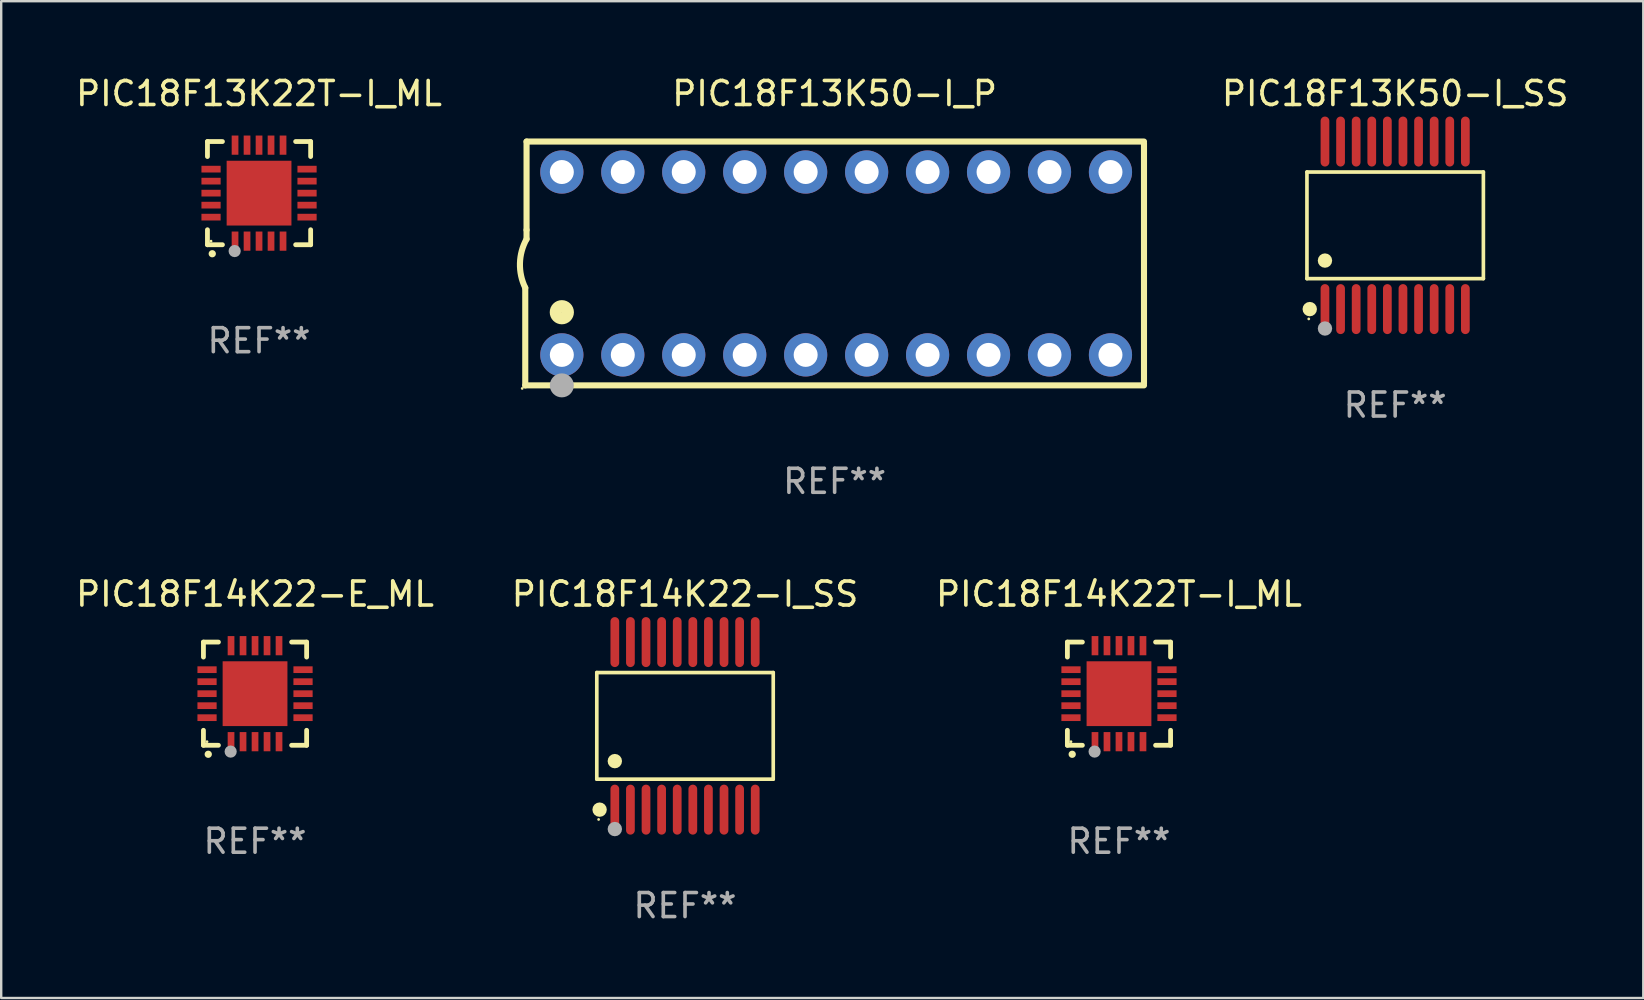
<source format=kicad_pcb>
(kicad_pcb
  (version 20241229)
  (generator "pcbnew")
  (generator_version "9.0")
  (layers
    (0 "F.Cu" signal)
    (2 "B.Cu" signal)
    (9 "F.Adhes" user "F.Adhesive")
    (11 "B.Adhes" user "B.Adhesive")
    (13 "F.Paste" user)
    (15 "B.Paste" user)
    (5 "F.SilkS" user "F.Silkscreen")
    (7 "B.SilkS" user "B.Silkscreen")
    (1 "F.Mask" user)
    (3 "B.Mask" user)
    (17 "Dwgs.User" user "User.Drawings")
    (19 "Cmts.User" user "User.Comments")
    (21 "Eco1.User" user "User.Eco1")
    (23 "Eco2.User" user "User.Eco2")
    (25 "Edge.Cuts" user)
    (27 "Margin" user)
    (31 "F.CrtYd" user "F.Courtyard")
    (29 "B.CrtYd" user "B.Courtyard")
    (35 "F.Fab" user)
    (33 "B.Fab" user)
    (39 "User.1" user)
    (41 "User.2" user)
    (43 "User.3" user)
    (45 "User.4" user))
  (footprint "PIC18F14K22-I_SS"
    (layer "F.Cu")
    (at 25.494 27.196)
    (property "Reference" "PIC18F14K22-I_SS" (at 0 -5.491 0) (layer "F.SilkS") (effects (font (size 1 1) (thickness 0.15))))
    (attr through_hole)
    (fp_line (start -3.676 -2.221) (end 3.676 -2.221) (stroke (width 0.152) (type solid)) (layer "F.SilkS"))
    (fp_line (start -3.676 2.221) (end -3.676 -2.221) (stroke (width 0.152) (type solid)) (layer "F.SilkS"))
    (fp_line (start 3.676 -2.221) (end 3.676 2.221) (stroke (width 0.152) (type solid)) (layer "F.SilkS"))
    (fp_line (start 3.676 2.221) (end -3.676 2.221) (stroke (width 0.152) (type solid)) (layer "F.SilkS"))
    (fp_circle (center -3.6 3.9) (end -3.57 3.9) (stroke (width 0.06) (type solid)) (fill no) (layer "F.SilkS"))
    (fp_circle (center -3.559 3.491) (end -3.409 3.491) (stroke (width 0.3) (type solid)) (fill no) (layer "F.SilkS"))
    (fp_circle (center -2.925 1.469) (end -2.775 1.469) (stroke (width 0.3) (type solid)) (fill no) (layer "F.SilkS"))
    (fp_circle (center -2.925 4.3) (end -2.775 4.3) (stroke (width 0.3) (type solid)) (fill no) (layer "F.Fab"))
    (fp_text user "REF**" (at 0 7.491 0) (layer "F.Fab") (effects (font (size 1 1) (thickness 0.15))))
    (pad "1" smd oval (at -2.925 3.491) (size 0.364 2.082) (layers "F.Cu" "F.Mask" "F.Paste"))
    (pad "2" smd oval (at -2.275 3.491) (size 0.364 2.082) (layers "F.Cu" "F.Mask" "F.Paste"))
    (pad "3" smd oval (at -1.625 3.491) (size 0.364 2.082) (layers "F.Cu" "F.Mask" "F.Paste"))
    (pad "4" smd oval (at -0.975 3.491) (size 0.364 2.082) (layers "F.Cu" "F.Mask" "F.Paste"))
    (pad "5" smd oval (at -0.325 3.491) (size 0.364 2.082) (layers "F.Cu" "F.Mask" "F.Paste"))
    (pad "6" smd oval (at 0.325 3.491) (size 0.364 2.082) (layers "F.Cu" "F.Mask" "F.Paste"))
    (pad "7" smd oval (at 0.975 3.491) (size 0.364 2.082) (layers "F.Cu" "F.Mask" "F.Paste"))
    (pad "8" smd oval (at 1.625 3.491) (size 0.364 2.082) (layers "F.Cu" "F.Mask" "F.Paste"))
    (pad "9" smd oval (at 2.275 3.491) (size 0.364 2.082) (layers "F.Cu" "F.Mask" "F.Paste"))
    (pad "10" smd oval (at 2.925 3.491) (size 0.364 2.082) (layers "F.Cu" "F.Mask" "F.Paste"))
    (pad "11" smd oval (at 2.925 -3.491) (size 0.364 2.082) (layers "F.Cu" "F.Mask" "F.Paste"))
    (pad "12" smd oval (at 2.275 -3.491) (size 0.364 2.082) (layers "F.Cu" "F.Mask" "F.Paste"))
    (pad "13" smd oval (at 1.625 -3.491) (size 0.364 2.082) (layers "F.Cu" "F.Mask" "F.Paste"))
    (pad "14" smd oval (at 0.975 -3.491) (size 0.364 2.082) (layers "F.Cu" "F.Mask" "F.Paste"))
    (pad "15" smd oval (at 0.325 -3.491) (size 0.364 2.082) (layers "F.Cu" "F.Mask" "F.Paste"))
    (pad "16" smd oval (at -0.325 -3.491) (size 0.364 2.082) (layers "F.Cu" "F.Mask" "F.Paste"))
    (pad "17" smd oval (at -0.975 -3.491) (size 0.364 2.082) (layers "F.Cu" "F.Mask" "F.Paste"))
    (pad "18" smd oval (at -1.625 -3.491) (size 0.364 2.082) (layers "F.Cu" "F.Mask" "F.Paste"))
    (pad "19" smd oval (at -2.275 -3.491) (size 0.364 2.082) (layers "F.Cu" "F.Mask" "F.Paste"))
    (pad "20" smd oval (at -2.925 -3.491) (size 0.364 2.082) (layers "F.Cu" "F.Mask" "F.Paste")))
  (footprint "PIC18F13K22T-I_ML"
    (layer "F.Cu")
    (at 7.744 4.998)
    (property "Reference" "PIC18F13K22T-I_ML" (at 0 -4.15 0) (layer "F.SilkS") (effects (font (size 1 1) (thickness 0.15))))
    (attr through_hole)
    (fp_line (start -2.15 -2.15) (end -2.15 -1.525) (stroke (width 0.2) (type solid)) (layer "F.SilkS"))
    (fp_line (start -2.15 2.15) (end -2.15 1.525) (stroke (width 0.2) (type solid)) (layer "F.SilkS"))
    (fp_line (start -1.525 -2.15) (end -2.15 -2.15) (stroke (width 0.2) (type solid)) (layer "F.SilkS"))
    (fp_line (start -1.525 2.15) (end -2.15 2.15) (stroke (width 0.2) (type solid)) (layer "F.SilkS"))
    (fp_line (start 1.525 2.15) (end 2.15 2.15) (stroke (width 0.2) (type solid)) (layer "F.SilkS"))
    (fp_line (start 2.15 -2.15) (end 1.525 -2.15) (stroke (width 0.2) (type solid)) (layer "F.SilkS"))
    (fp_line (start 2.15 -1.525) (end 2.15 -2.15) (stroke (width 0.2) (type solid)) (layer "F.SilkS"))
    (fp_line (start 2.15 2.15) (end 2.15 1.525) (stroke (width 0.2) (type solid)) (layer "F.SilkS"))
    (fp_arc (start -1.950724 2.524765) (mid -1.949454 2.52476) (end -1.948184 2.524765) (stroke (width 0.3) (type solid)) (layer "F.SilkS"))
    (fp_circle (center -2 2) (end -1.97 2) (stroke (width 0.06) (type solid)) (fill no) (layer "F.SilkS"))
    (fp_circle (center -1.016 2.413) (end -0.889 2.413) (stroke (width 0.254) (type solid)) (fill no) (layer "F.Fab"))
    (fp_text user "REF**" (at 0 6.15 0) (layer "F.Fab") (effects (font (size 1 1) (thickness 0.15))))
    (pad "1" smd rect (at -1 2) (size 0.28 0.8) (layers "F.Cu" "F.Mask" "F.Paste"))
    (pad "2" smd rect (at -0.5 2) (size 0.28 0.8) (layers "F.Cu" "F.Mask" "F.Paste"))
    (pad "3" smd rect (at 0 2) (size 0.28 0.8) (layers "F.Cu" "F.Mask" "F.Paste"))
    (pad "4" smd rect (at 0.5 2) (size 0.28 0.8) (layers "F.Cu" "F.Mask" "F.Paste"))
    (pad "5" smd rect (at 1 2) (size 0.28 0.8) (layers "F.Cu" "F.Mask" "F.Paste"))
    (pad "6" smd rect (at 2 1) (size 0.8 0.28) (layers "F.Cu" "F.Mask" "F.Paste"))
    (pad "7" smd rect (at 2 0.5) (size 0.8 0.28) (layers "F.Cu" "F.Mask" "F.Paste"))
    (pad "8" smd rect (at 2 0) (size 0.8 0.28) (layers "F.Cu" "F.Mask" "F.Paste"))
    (pad "9" smd rect (at 2 -0.5) (size 0.8 0.28) (layers "F.Cu" "F.Mask" "F.Paste"))
    (pad "10" smd rect (at 2 -1) (size 0.8 0.28) (layers "F.Cu" "F.Mask" "F.Paste"))
    (pad "11" smd rect (at 1 -2) (size 0.28 0.8) (layers "F.Cu" "F.Mask" "F.Paste"))
    (pad "12" smd rect (at 0.5 -2) (size 0.28 0.8) (layers "F.Cu" "F.Mask" "F.Paste"))
    (pad "13" smd rect (at 0 -2) (size 0.28 0.8) (layers "F.Cu" "F.Mask" "F.Paste"))
    (pad "14" smd rect (at -0.5 -2) (size 0.28 0.8) (layers "F.Cu" "F.Mask" "F.Paste"))
    (pad "15" smd rect (at -1 -2) (size 0.28 0.8) (layers "F.Cu" "F.Mask" "F.Paste"))
    (pad "16" smd rect (at -2 -1) (size 0.8 0.28) (layers "F.Cu" "F.Mask" "F.Paste"))
    (pad "17" smd rect (at -2 -0.5) (size 0.8 0.28) (layers "F.Cu" "F.Mask" "F.Paste"))
    (pad "18" smd rect (at -2 0) (size 0.8 0.28) (layers "F.Cu" "F.Mask" "F.Paste"))
    (pad "19" smd rect (at -2 0.5) (size 0.8 0.28) (layers "F.Cu" "F.Mask" "F.Paste"))
    (pad "20" smd rect (at -2 1) (size 0.8 0.28) (layers "F.Cu" "F.Mask" "F.Paste"))
    (pad "21" smd rect (at 0 0) (size 2.7 2.7) (layers "F.Cu" "F.Mask" "F.Paste")))
  (footprint "PIC18F13K50-I_SS"
    (layer "F.Cu")
    (at 55.085 6.339)
    (property "Reference" "PIC18F13K50-I_SS" (at 0 -5.491 0) (layer "F.SilkS") (effects (font (size 1 1) (thickness 0.15))))
    (attr through_hole)
    (fp_line (start -3.676 -2.221) (end 3.676 -2.221) (stroke (width 0.152) (type solid)) (layer "F.SilkS"))
    (fp_line (start -3.676 2.221) (end -3.676 -2.221) (stroke (width 0.152) (type solid)) (layer "F.SilkS"))
    (fp_line (start 3.676 -2.221) (end 3.676 2.221) (stroke (width 0.152) (type solid)) (layer "F.SilkS"))
    (fp_line (start 3.676 2.221) (end -3.676 2.221) (stroke (width 0.152) (type solid)) (layer "F.SilkS"))
    (fp_circle (center -3.6 3.9) (end -3.57 3.9) (stroke (width 0.06) (type solid)) (fill no) (layer "F.SilkS"))
    (fp_circle (center -3.559 3.491) (end -3.409 3.491) (stroke (width 0.3) (type solid)) (fill no) (layer "F.SilkS"))
    (fp_circle (center -2.925 1.469) (end -2.775 1.469) (stroke (width 0.3) (type solid)) (fill no) (layer "F.SilkS"))
    (fp_circle (center -2.925 4.3) (end -2.775 4.3) (stroke (width 0.3) (type solid)) (fill no) (layer "F.Fab"))
    (fp_text user "REF**" (at 0 7.491 0) (layer "F.Fab") (effects (font (size 1 1) (thickness 0.15))))
    (pad "1" smd oval (at -2.925 3.491) (size 0.364 2.082) (layers "F.Cu" "F.Mask" "F.Paste"))
    (pad "2" smd oval (at -2.275 3.491) (size 0.364 2.082) (layers "F.Cu" "F.Mask" "F.Paste"))
    (pad "3" smd oval (at -1.625 3.491) (size 0.364 2.082) (layers "F.Cu" "F.Mask" "F.Paste"))
    (pad "4" smd oval (at -0.975 3.491) (size 0.364 2.082) (layers "F.Cu" "F.Mask" "F.Paste"))
    (pad "5" smd oval (at -0.325 3.491) (size 0.364 2.082) (layers "F.Cu" "F.Mask" "F.Paste"))
    (pad "6" smd oval (at 0.325 3.491) (size 0.364 2.082) (layers "F.Cu" "F.Mask" "F.Paste"))
    (pad "7" smd oval (at 0.975 3.491) (size 0.364 2.082) (layers "F.Cu" "F.Mask" "F.Paste"))
    (pad "8" smd oval (at 1.625 3.491) (size 0.364 2.082) (layers "F.Cu" "F.Mask" "F.Paste"))
    (pad "9" smd oval (at 2.275 3.491) (size 0.364 2.082) (layers "F.Cu" "F.Mask" "F.Paste"))
    (pad "10" smd oval (at 2.925 3.491) (size 0.364 2.082) (layers "F.Cu" "F.Mask" "F.Paste"))
    (pad "11" smd oval (at 2.925 -3.491) (size 0.364 2.082) (layers "F.Cu" "F.Mask" "F.Paste"))
    (pad "12" smd oval (at 2.275 -3.491) (size 0.364 2.082) (layers "F.Cu" "F.Mask" "F.Paste"))
    (pad "13" smd oval (at 1.625 -3.491) (size 0.364 2.082) (layers "F.Cu" "F.Mask" "F.Paste"))
    (pad "14" smd oval (at 0.975 -3.491) (size 0.364 2.082) (layers "F.Cu" "F.Mask" "F.Paste"))
    (pad "15" smd oval (at 0.325 -3.491) (size 0.364 2.082) (layers "F.Cu" "F.Mask" "F.Paste"))
    (pad "16" smd oval (at -0.325 -3.491) (size 0.364 2.082) (layers "F.Cu" "F.Mask" "F.Paste"))
    (pad "17" smd oval (at -0.975 -3.491) (size 0.364 2.082) (layers "F.Cu" "F.Mask" "F.Paste"))
    (pad "18" smd oval (at -1.625 -3.491) (size 0.364 2.082) (layers "F.Cu" "F.Mask" "F.Paste"))
    (pad "19" smd oval (at -2.275 -3.491) (size 0.364 2.082) (layers "F.Cu" "F.Mask" "F.Paste"))
    (pad "20" smd oval (at -2.925 -3.491) (size 0.364 2.082) (layers "F.Cu" "F.Mask" "F.Paste")))
  (footprint "PIC18F14K22-E_ML"
    (layer "F.Cu")
    (at 7.577 25.855)
    (property "Reference" "PIC18F14K22-E_ML" (at 0 -4.15 0) (layer "F.SilkS") (effects (font (size 1 1) (thickness 0.15))))
    (attr through_hole)
    (fp_line (start -2.15 -2.15) (end -2.15 -1.525) (stroke (width 0.2) (type solid)) (layer "F.SilkS"))
    (fp_line (start -2.15 2.15) (end -2.15 1.525) (stroke (width 0.2) (type solid)) (layer "F.SilkS"))
    (fp_line (start -1.525 -2.15) (end -2.15 -2.15) (stroke (width 0.2) (type solid)) (layer "F.SilkS"))
    (fp_line (start -1.525 2.15) (end -2.15 2.15) (stroke (width 0.2) (type solid)) (layer "F.SilkS"))
    (fp_line (start 1.525 2.15) (end 2.15 2.15) (stroke (width 0.2) (type solid)) (layer "F.SilkS"))
    (fp_line (start 2.15 -2.15) (end 1.525 -2.15) (stroke (width 0.2) (type solid)) (layer "F.SilkS"))
    (fp_line (start 2.15 -1.525) (end 2.15 -2.15) (stroke (width 0.2) (type solid)) (layer "F.SilkS"))
    (fp_line (start 2.15 2.15) (end 2.15 1.525) (stroke (width 0.2) (type solid)) (layer "F.SilkS"))
    (fp_arc (start -1.950724 2.524765) (mid -1.949454 2.52476) (end -1.948184 2.524765) (stroke (width 0.3) (type solid)) (layer "F.SilkS"))
    (fp_circle (center -2 2) (end -1.97 2) (stroke (width 0.06) (type solid)) (fill no) (layer "F.SilkS"))
    (fp_circle (center -1.016 2.413) (end -0.889 2.413) (stroke (width 0.254) (type solid)) (fill no) (layer "F.Fab"))
    (fp_text user "REF**" (at 0 6.15 0) (layer "F.Fab") (effects (font (size 1 1) (thickness 0.15))))
    (pad "1" smd rect (at -1 2) (size 0.28 0.8) (layers "F.Cu" "F.Mask" "F.Paste"))
    (pad "2" smd rect (at -0.5 2) (size 0.28 0.8) (layers "F.Cu" "F.Mask" "F.Paste"))
    (pad "3" smd rect (at 0 2) (size 0.28 0.8) (layers "F.Cu" "F.Mask" "F.Paste"))
    (pad "4" smd rect (at 0.5 2) (size 0.28 0.8) (layers "F.Cu" "F.Mask" "F.Paste"))
    (pad "5" smd rect (at 1 2) (size 0.28 0.8) (layers "F.Cu" "F.Mask" "F.Paste"))
    (pad "6" smd rect (at 2 1) (size 0.8 0.28) (layers "F.Cu" "F.Mask" "F.Paste"))
    (pad "7" smd rect (at 2 0.5) (size 0.8 0.28) (layers "F.Cu" "F.Mask" "F.Paste"))
    (pad "8" smd rect (at 2 0) (size 0.8 0.28) (layers "F.Cu" "F.Mask" "F.Paste"))
    (pad "9" smd rect (at 2 -0.5) (size 0.8 0.28) (layers "F.Cu" "F.Mask" "F.Paste"))
    (pad "10" smd rect (at 2 -1) (size 0.8 0.28) (layers "F.Cu" "F.Mask" "F.Paste"))
    (pad "11" smd rect (at 1 -2) (size 0.28 0.8) (layers "F.Cu" "F.Mask" "F.Paste"))
    (pad "12" smd rect (at 0.5 -2) (size 0.28 0.8) (layers "F.Cu" "F.Mask" "F.Paste"))
    (pad "13" smd rect (at 0 -2) (size 0.28 0.8) (layers "F.Cu" "F.Mask" "F.Paste"))
    (pad "14" smd rect (at -0.5 -2) (size 0.28 0.8) (layers "F.Cu" "F.Mask" "F.Paste"))
    (pad "15" smd rect (at -1 -2) (size 0.28 0.8) (layers "F.Cu" "F.Mask" "F.Paste"))
    (pad "16" smd rect (at -2 -1) (size 0.8 0.28) (layers "F.Cu" "F.Mask" "F.Paste"))
    (pad "17" smd rect (at -2 -0.5) (size 0.8 0.28) (layers "F.Cu" "F.Mask" "F.Paste"))
    (pad "18" smd rect (at -2 0) (size 0.8 0.28) (layers "F.Cu" "F.Mask" "F.Paste"))
    (pad "19" smd rect (at -2 0.5) (size 0.8 0.28) (layers "F.Cu" "F.Mask" "F.Paste"))
    (pad "20" smd rect (at -2 1) (size 0.8 0.28) (layers "F.Cu" "F.Mask" "F.Paste"))
    (pad "21" smd rect (at 0 0) (size 2.7 2.7) (layers "F.Cu" "F.Mask" "F.Paste")))
  (footprint "PIC18F14K22T-I_ML"
    (layer "F.Cu")
    (at 43.577 25.855)
    (property "Reference" "PIC18F14K22T-I_ML" (at 0 -4.15 0) (layer "F.SilkS") (effects (font (size 1 1) (thickness 0.15))))
    (attr through_hole)
    (fp_line (start -2.15 -2.15) (end -2.15 -1.525) (stroke (width 0.2) (type solid)) (layer "F.SilkS"))
    (fp_line (start -2.15 2.15) (end -2.15 1.525) (stroke (width 0.2) (type solid)) (layer "F.SilkS"))
    (fp_line (start -1.525 -2.15) (end -2.15 -2.15) (stroke (width 0.2) (type solid)) (layer "F.SilkS"))
    (fp_line (start -1.525 2.15) (end -2.15 2.15) (stroke (width 0.2) (type solid)) (layer "F.SilkS"))
    (fp_line (start 1.525 2.15) (end 2.15 2.15) (stroke (width 0.2) (type solid)) (layer "F.SilkS"))
    (fp_line (start 2.15 -2.15) (end 1.525 -2.15) (stroke (width 0.2) (type solid)) (layer "F.SilkS"))
    (fp_line (start 2.15 -1.525) (end 2.15 -2.15) (stroke (width 0.2) (type solid)) (layer "F.SilkS"))
    (fp_line (start 2.15 2.15) (end 2.15 1.525) (stroke (width 0.2) (type solid)) (layer "F.SilkS"))
    (fp_arc (start -1.950724 2.524765) (mid -1.949454 2.52476) (end -1.948184 2.524765) (stroke (width 0.3) (type solid)) (layer "F.SilkS"))
    (fp_circle (center -2 2) (end -1.97 2) (stroke (width 0.06) (type solid)) (fill no) (layer "F.SilkS"))
    (fp_circle (center -1.016 2.413) (end -0.889 2.413) (stroke (width 0.254) (type solid)) (fill no) (layer "F.Fab"))
    (fp_text user "REF**" (at 0 6.15 0) (layer "F.Fab") (effects (font (size 1 1) (thickness 0.15))))
    (pad "1" smd rect (at -1 2) (size 0.28 0.8) (layers "F.Cu" "F.Mask" "F.Paste"))
    (pad "2" smd rect (at -0.5 2) (size 0.28 0.8) (layers "F.Cu" "F.Mask" "F.Paste"))
    (pad "3" smd rect (at 0 2) (size 0.28 0.8) (layers "F.Cu" "F.Mask" "F.Paste"))
    (pad "4" smd rect (at 0.5 2) (size 0.28 0.8) (layers "F.Cu" "F.Mask" "F.Paste"))
    (pad "5" smd rect (at 1 2) (size 0.28 0.8) (layers "F.Cu" "F.Mask" "F.Paste"))
    (pad "6" smd rect (at 2 1) (size 0.8 0.28) (layers "F.Cu" "F.Mask" "F.Paste"))
    (pad "7" smd rect (at 2 0.5) (size 0.8 0.28) (layers "F.Cu" "F.Mask" "F.Paste"))
    (pad "8" smd rect (at 2 0) (size 0.8 0.28) (layers "F.Cu" "F.Mask" "F.Paste"))
    (pad "9" smd rect (at 2 -0.5) (size 0.8 0.28) (layers "F.Cu" "F.Mask" "F.Paste"))
    (pad "10" smd rect (at 2 -1) (size 0.8 0.28) (layers "F.Cu" "F.Mask" "F.Paste"))
    (pad "11" smd rect (at 1 -2) (size 0.28 0.8) (layers "F.Cu" "F.Mask" "F.Paste"))
    (pad "12" smd rect (at 0.5 -2) (size 0.28 0.8) (layers "F.Cu" "F.Mask" "F.Paste"))
    (pad "13" smd rect (at 0 -2) (size 0.28 0.8) (layers "F.Cu" "F.Mask" "F.Paste"))
    (pad "14" smd rect (at -0.5 -2) (size 0.28 0.8) (layers "F.Cu" "F.Mask" "F.Paste"))
    (pad "15" smd rect (at -1 -2) (size 0.28 0.8) (layers "F.Cu" "F.Mask" "F.Paste"))
    (pad "16" smd rect (at -2 -1) (size 0.8 0.28) (layers "F.Cu" "F.Mask" "F.Paste"))
    (pad "17" smd rect (at -2 -0.5) (size 0.8 0.28) (layers "F.Cu" "F.Mask" "F.Paste"))
    (pad "18" smd rect (at -2 0) (size 0.8 0.28) (layers "F.Cu" "F.Mask" "F.Paste"))
    (pad "19" smd rect (at -2 0.5) (size 0.8 0.28) (layers "F.Cu" "F.Mask" "F.Paste"))
    (pad "20" smd rect (at -2 1) (size 0.8 0.28) (layers "F.Cu" "F.Mask" "F.Paste"))
    (pad "21" smd rect (at 0 0) (size 2.7 2.7) (layers "F.Cu" "F.Mask" "F.Paste")))
  (footprint "PIC18F13K50-I_P"
    (layer "F.Cu")
    (at 31.728 7.928)
    (property "Reference" "PIC18F13K50-I_P" (at 0 -7.08 0) (layer "F.SilkS") (effects (font (size 1 1) (thickness 0.15))))
    (attr through_hole)
    (fp_line (start -12.891 5.08) (end -12.891 1.016) (stroke (width 0.254) (type solid)) (layer "F.SilkS"))
    (fp_line (start -12.891 5.08) (end 12.891 5.08) (stroke (width 0.254) (type solid)) (layer "F.SilkS"))
    (fp_line (start -12.837 -5.08) (end -12.837 -1.397) (stroke (width 0.254) (type solid)) (layer "F.SilkS"))
    (fp_line (start -12.837 -5.08) (end 12.891 -5.08) (stroke (width 0.254) (type solid)) (layer "F.SilkS"))
    (fp_line (start -12.837 -1.397) (end -12.837 -1.016) (stroke (width 0.254) (type solid)) (layer "F.SilkS"))
    (fp_line (start 12.891 -5) (end 12.891 5) (stroke (width 0.254) (type solid)) (layer "F.SilkS"))
    (fp_arc (start -12.890526 1.016002) (mid -13.111945 -0.006602) (end -12.836525 -1.016002) (stroke (width 0.254001) (type solid)) (layer "F.SilkS"))
    (fp_circle (center -13.018 5.207) (end -12.988 5.207) (stroke (width 0.06) (type solid)) (fill no) (layer "F.SilkS"))
    (fp_circle (center -11.367 2.032) (end -11.113 2.032) (stroke (width 0.5) (type solid)) (fill no) (layer "F.SilkS"))
    (fp_circle (center -11.367 5.08) (end -11.117 5.08) (stroke (width 0.5) (type solid)) (fill no) (layer "F.Fab"))
    (fp_text user "REF**" (at 0 9.08 0) (layer "F.Fab") (effects (font (size 1 1) (thickness 0.15))))
    (pad "1" thru_hole circle (at -11.367 3.81) (size 1.8 1.8) (drill 1) (layers "*.Cu" "*.Mask"))
    (pad "2" thru_hole circle (at -8.827 3.81) (size 1.8 1.8) (drill 1) (layers "*.Cu" "*.Mask"))
    (pad "3" thru_hole circle (at -6.287 3.81) (size 1.8 1.8) (drill 1) (layers "*.Cu" "*.Mask"))
    (pad "4" thru_hole circle (at -3.747 3.81) (size 1.8 1.8) (drill 1) (layers "*.Cu" "*.Mask"))
    (pad "5" thru_hole circle (at -1.207 3.81) (size 1.8 1.8) (drill 1) (layers "*.Cu" "*.Mask"))
    (pad "6" thru_hole circle (at 1.334 3.81) (size 1.8 1.8) (drill 1) (layers "*.Cu" "*.Mask"))
    (pad "7" thru_hole circle (at 3.874 3.81) (size 1.8 1.8) (drill 1) (layers "*.Cu" "*.Mask"))
    (pad "8" thru_hole circle (at 6.414 3.81) (size 1.8 1.8) (drill 1) (layers "*.Cu" "*.Mask"))
    (pad "9" thru_hole circle (at 8.954 3.81) (size 1.8 1.8) (drill 1) (layers "*.Cu" "*.Mask"))
    (pad "10" thru_hole circle (at 11.494 3.81) (size 1.8 1.8) (drill 1) (layers "*.Cu" "*.Mask"))
    (pad "11" thru_hole circle (at 11.494 -3.81) (size 1.8 1.8) (drill 1) (layers "*.Cu" "*.Mask"))
    (pad "12" thru_hole circle (at 8.954 -3.81) (size 1.8 1.8) (drill 1) (layers "*.Cu" "*.Mask"))
    (pad "13" thru_hole circle (at 6.414 -3.81) (size 1.8 1.8) (drill 1) (layers "*.Cu" "*.Mask"))
    (pad "14" thru_hole circle (at 3.874 -3.81) (size 1.8 1.8) (drill 1) (layers "*.Cu" "*.Mask"))
    (pad "15" thru_hole circle (at 1.334 -3.81) (size 1.8 1.8) (drill 1) (layers "*.Cu" "*.Mask"))
    (pad "16" thru_hole circle (at -1.207 -3.81) (size 1.8 1.8) (drill 1) (layers "*.Cu" "*.Mask"))
    (pad "17" thru_hole circle (at -3.747 -3.81) (size 1.8 1.8) (drill 1) (layers "*.Cu" "*.Mask"))
    (pad "18" thru_hole circle (at -6.287 -3.81) (size 1.8 1.8) (drill 1) (layers "*.Cu" "*.Mask"))
    (pad "19" thru_hole circle (at -8.827 -3.81) (size 1.8 1.8) (drill 1) (layers "*.Cu" "*.Mask"))
    (pad "20" thru_hole circle (at -11.367 -3.81) (size 1.8 1.8) (drill 1) (layers "*.Cu" "*.Mask")))
  (gr_rect
    (start -3 -3)
    (end 65.424 38.535)
    (stroke (width 0.1) (type default))
    (fill no)
    (layer "Edge.Cuts")))
</source>
